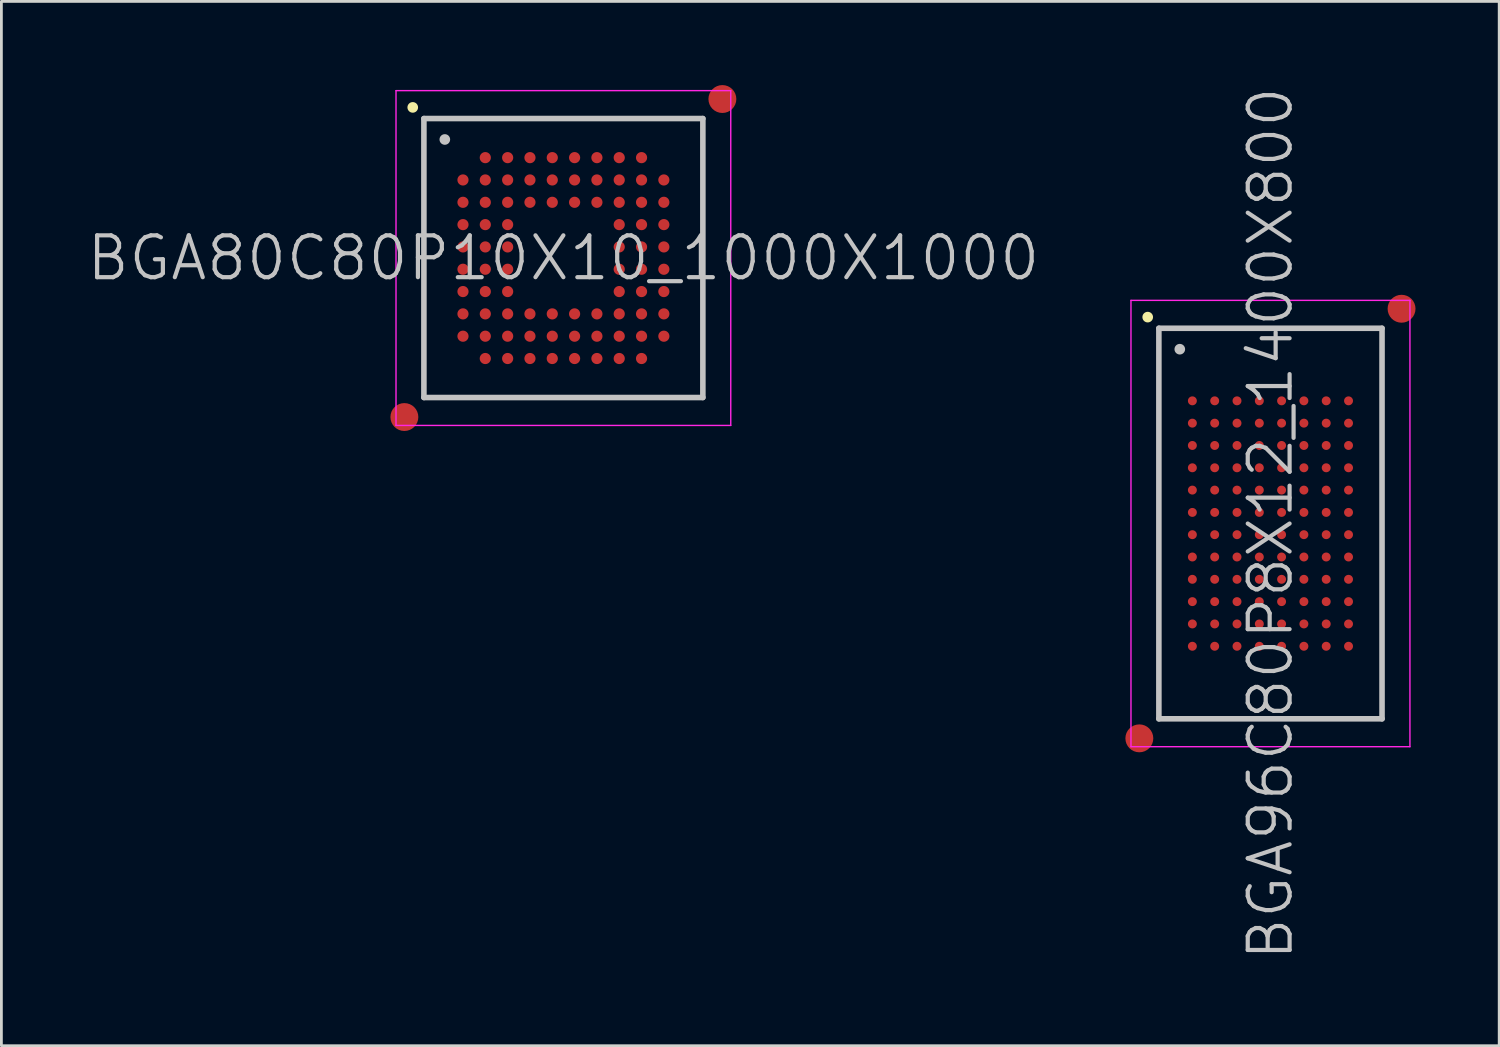
<source format=kicad_pcb>
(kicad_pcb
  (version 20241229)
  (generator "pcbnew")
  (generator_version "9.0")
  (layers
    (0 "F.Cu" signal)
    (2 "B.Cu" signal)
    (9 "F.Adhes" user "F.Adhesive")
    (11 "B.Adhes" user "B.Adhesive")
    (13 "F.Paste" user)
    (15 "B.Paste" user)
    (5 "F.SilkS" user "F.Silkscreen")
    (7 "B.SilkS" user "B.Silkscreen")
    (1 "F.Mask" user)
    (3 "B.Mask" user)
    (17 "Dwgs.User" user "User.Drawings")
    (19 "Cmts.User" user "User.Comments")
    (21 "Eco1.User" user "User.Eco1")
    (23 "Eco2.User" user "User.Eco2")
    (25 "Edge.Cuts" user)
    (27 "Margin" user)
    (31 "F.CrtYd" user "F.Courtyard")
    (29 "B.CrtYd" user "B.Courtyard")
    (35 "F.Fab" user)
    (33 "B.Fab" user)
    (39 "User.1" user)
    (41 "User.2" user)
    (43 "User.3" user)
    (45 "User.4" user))
  (footprint "BGA96C80P8X12_1400X800"
    (layer "F.Cu")
    (at 42.493 15.718)
    (property "Reference" "BGA96C80P8X12_1400X800" (at 0 0 90) (layer "Dwgs.User") (effects (font (size 1.5 1.5) (thickness 0.15))))
    (attr smd)
    (fp_line (start -4.4 -7.4) (end -4.4 -7.4) (stroke (width 0.381) (type solid)) (layer "F.SilkS"))
    (fp_line (start -4 -7) (end -4 7) (stroke (width 0.2) (type solid)) (layer "Dwgs.User"))
    (fp_line (start -4 -7) (end 4 -7) (stroke (width 0.2) (type solid)) (layer "Dwgs.User"))
    (fp_line (start -4 7) (end 4 7) (stroke (width 0.2) (type solid)) (layer "Dwgs.User"))
    (fp_line (start -3.25 -6.25) (end -3.25 -6.25) (stroke (width 0.381) (type solid)) (layer "Dwgs.User"))
    (fp_line (start 4 -7) (end 4 7) (stroke (width 0.2) (type solid)) (layer "Dwgs.User"))
    (fp_line (start -5 -8) (end -5 8) (stroke (width 0.05) (type solid)) (layer "F.CrtYd"))
    (fp_line (start -5 -8) (end 5 -8) (stroke (width 0.05) (type solid)) (layer "F.CrtYd"))
    (fp_line (start -5 8) (end 5 8) (stroke (width 0.05) (type solid)) (layer "F.CrtYd"))
    (fp_line (start 5 -8) (end 5 8) (stroke (width 0.05) (type solid)) (layer "F.CrtYd"))
    (pad "" smd circle (at -4.7 7.7) (size 1 1) (layers "F.Cu" "F.Mask"))
    (pad "" smd circle (at 4.7 -7.7) (size 1 1) (layers "F.Cu" "F.Mask"))
    (pad "A1" smd circle (at -2.799 -4.399 270) (size 0.32 0.32) (layers "F.Cu" "F.Mask" "F.Paste"))
    (pad "A2" smd circle (at -1.999 -4.399 270) (size 0.32 0.32) (layers "F.Cu" "F.Mask" "F.Paste"))
    (pad "A3" smd circle (at -1.199 -4.399 270) (size 0.32 0.32) (layers "F.Cu" "F.Mask" "F.Paste"))
    (pad "A4" smd circle (at -0.399 -4.399 270) (size 0.32 0.32) (layers "F.Cu" "F.Mask" "F.Paste"))
    (pad "A5" smd circle (at 0.399 -4.399 270) (size 0.32 0.32) (layers "F.Cu" "F.Mask" "F.Paste"))
    (pad "A6" smd circle (at 1.199 -4.399 270) (size 0.32 0.32) (layers "F.Cu" "F.Mask" "F.Paste"))
    (pad "A7" smd circle (at 1.999 -4.399 270) (size 0.32 0.32) (layers "F.Cu" "F.Mask" "F.Paste"))
    (pad "A8" smd circle (at 2.799 -4.399 270) (size 0.32 0.32) (layers "F.Cu" "F.Mask" "F.Paste"))
    (pad "B1" smd circle (at -2.799 -3.599 270) (size 0.32 0.32) (layers "F.Cu" "F.Mask" "F.Paste"))
    (pad "B2" smd circle (at -1.999 -3.599 270) (size 0.32 0.32) (layers "F.Cu" "F.Mask" "F.Paste"))
    (pad "B3" smd circle (at -1.199 -3.599 270) (size 0.32 0.32) (layers "F.Cu" "F.Mask" "F.Paste"))
    (pad "B4" smd circle (at -0.399 -3.599 270) (size 0.32 0.32) (layers "F.Cu" "F.Mask" "F.Paste"))
    (pad "B5" smd circle (at 0.399 -3.599 270) (size 0.32 0.32) (layers "F.Cu" "F.Mask" "F.Paste"))
    (pad "B6" smd circle (at 1.199 -3.599 270) (size 0.32 0.32) (layers "F.Cu" "F.Mask" "F.Paste"))
    (pad "B7" smd circle (at 1.999 -3.599 270) (size 0.32 0.32) (layers "F.Cu" "F.Mask" "F.Paste"))
    (pad "B8" smd circle (at 2.799 -3.599 270) (size 0.32 0.32) (layers "F.Cu" "F.Mask" "F.Paste"))
    (pad "C1" smd circle (at -2.799 -2.799 270) (size 0.32 0.32) (layers "F.Cu" "F.Mask" "F.Paste"))
    (pad "C2" smd circle (at -1.999 -2.799 270) (size 0.32 0.32) (layers "F.Cu" "F.Mask" "F.Paste"))
    (pad "C3" smd circle (at -1.199 -2.799 270) (size 0.32 0.32) (layers "F.Cu" "F.Mask" "F.Paste"))
    (pad "C4" smd circle (at -0.399 -2.799 270) (size 0.32 0.32) (layers "F.Cu" "F.Mask" "F.Paste"))
    (pad "C5" smd circle (at 0.399 -2.799 270) (size 0.32 0.32) (layers "F.Cu" "F.Mask" "F.Paste"))
    (pad "C6" smd circle (at 1.199 -2.799 270) (size 0.32 0.32) (layers "F.Cu" "F.Mask" "F.Paste"))
    (pad "C7" smd circle (at 1.999 -2.799 270) (size 0.32 0.32) (layers "F.Cu" "F.Mask" "F.Paste"))
    (pad "C8" smd circle (at 2.799 -2.799 270) (size 0.32 0.32) (layers "F.Cu" "F.Mask" "F.Paste"))
    (pad "D1" smd circle (at -2.799 -1.999 270) (size 0.32 0.32) (layers "F.Cu" "F.Mask" "F.Paste"))
    (pad "D2" smd circle (at -1.999 -1.999 270) (size 0.32 0.32) (layers "F.Cu" "F.Mask" "F.Paste"))
    (pad "D3" smd circle (at -1.199 -1.999 270) (size 0.32 0.32) (layers "F.Cu" "F.Mask" "F.Paste"))
    (pad "D4" smd circle (at -0.399 -1.999 270) (size 0.32 0.32) (layers "F.Cu" "F.Mask" "F.Paste"))
    (pad "D5" smd circle (at 0.399 -1.999 270) (size 0.32 0.32) (layers "F.Cu" "F.Mask" "F.Paste"))
    (pad "D6" smd circle (at 1.199 -1.999 270) (size 0.32 0.32) (layers "F.Cu" "F.Mask" "F.Paste"))
    (pad "D7" smd circle (at 1.999 -1.999 270) (size 0.32 0.32) (layers "F.Cu" "F.Mask" "F.Paste"))
    (pad "D8" smd circle (at 2.799 -1.999 270) (size 0.32 0.32) (layers "F.Cu" "F.Mask" "F.Paste"))
    (pad "E1" smd circle (at -2.799 -1.199 270) (size 0.32 0.32) (layers "F.Cu" "F.Mask" "F.Paste"))
    (pad "E2" smd circle (at -1.999 -1.199 270) (size 0.32 0.32) (layers "F.Cu" "F.Mask" "F.Paste"))
    (pad "E3" smd circle (at -1.199 -1.199 270) (size 0.32 0.32) (layers "F.Cu" "F.Mask" "F.Paste"))
    (pad "E4" smd circle (at -0.399 -1.199 270) (size 0.32 0.32) (layers "F.Cu" "F.Mask" "F.Paste"))
    (pad "E5" smd circle (at 0.399 -1.199 270) (size 0.32 0.32) (layers "F.Cu" "F.Mask" "F.Paste"))
    (pad "E6" smd circle (at 1.199 -1.199 270) (size 0.32 0.32) (layers "F.Cu" "F.Mask" "F.Paste"))
    (pad "E7" smd circle (at 1.999 -1.199 270) (size 0.32 0.32) (layers "F.Cu" "F.Mask" "F.Paste"))
    (pad "E8" smd circle (at 2.799 -1.199 270) (size 0.32 0.32) (layers "F.Cu" "F.Mask" "F.Paste"))
    (pad "F1" smd circle (at -2.799 -0.399 270) (size 0.32 0.32) (layers "F.Cu" "F.Mask" "F.Paste"))
    (pad "F2" smd circle (at -1.999 -0.399 270) (size 0.32 0.32) (layers "F.Cu" "F.Mask" "F.Paste"))
    (pad "F3" smd circle (at -1.199 -0.399 270) (size 0.32 0.32) (layers "F.Cu" "F.Mask" "F.Paste"))
    (pad "F4" smd circle (at -0.399 -0.399 270) (size 0.32 0.32) (layers "F.Cu" "F.Mask" "F.Paste"))
    (pad "F5" smd circle (at 0.399 -0.399 270) (size 0.32 0.32) (layers "F.Cu" "F.Mask" "F.Paste"))
    (pad "F6" smd circle (at 1.199 -0.399 270) (size 0.32 0.32) (layers "F.Cu" "F.Mask" "F.Paste"))
    (pad "F7" smd circle (at 1.999 -0.399 270) (size 0.32 0.32) (layers "F.Cu" "F.Mask" "F.Paste"))
    (pad "F8" smd circle (at 2.799 -0.399 270) (size 0.32 0.32) (layers "F.Cu" "F.Mask" "F.Paste"))
    (pad "G1" smd circle (at -2.799 0.399 270) (size 0.32 0.32) (layers "F.Cu" "F.Mask" "F.Paste"))
    (pad "G2" smd circle (at -1.999 0.399 270) (size 0.32 0.32) (layers "F.Cu" "F.Mask" "F.Paste"))
    (pad "G3" smd circle (at -1.199 0.399 270) (size 0.32 0.32) (layers "F.Cu" "F.Mask" "F.Paste"))
    (pad "G4" smd circle (at -0.399 0.399 270) (size 0.32 0.32) (layers "F.Cu" "F.Mask" "F.Paste"))
    (pad "G5" smd circle (at 0.399 0.399 270) (size 0.32 0.32) (layers "F.Cu" "F.Mask" "F.Paste"))
    (pad "G6" smd circle (at 1.199 0.399 270) (size 0.32 0.32) (layers "F.Cu" "F.Mask" "F.Paste"))
    (pad "G7" smd circle (at 1.999 0.399 270) (size 0.32 0.32) (layers "F.Cu" "F.Mask" "F.Paste"))
    (pad "G8" smd circle (at 2.799 0.399 270) (size 0.32 0.32) (layers "F.Cu" "F.Mask" "F.Paste"))
    (pad "H1" smd circle (at -2.799 1.199 270) (size 0.32 0.32) (layers "F.Cu" "F.Mask" "F.Paste"))
    (pad "H2" smd circle (at -1.999 1.199 270) (size 0.32 0.32) (layers "F.Cu" "F.Mask" "F.Paste"))
    (pad "H3" smd circle (at -1.199 1.199 270) (size 0.32 0.32) (layers "F.Cu" "F.Mask" "F.Paste"))
    (pad "H4" smd circle (at -0.399 1.199 270) (size 0.32 0.32) (layers "F.Cu" "F.Mask" "F.Paste"))
    (pad "H5" smd circle (at 0.399 1.199 270) (size 0.32 0.32) (layers "F.Cu" "F.Mask" "F.Paste"))
    (pad "H6" smd circle (at 1.199 1.199 270) (size 0.32 0.32) (layers "F.Cu" "F.Mask" "F.Paste"))
    (pad "H7" smd circle (at 1.999 1.199 270) (size 0.32 0.32) (layers "F.Cu" "F.Mask" "F.Paste"))
    (pad "H8" smd circle (at 2.799 1.199 270) (size 0.32 0.32) (layers "F.Cu" "F.Mask" "F.Paste"))
    (pad "J1" smd circle (at -2.799 1.999 270) (size 0.32 0.32) (layers "F.Cu" "F.Mask" "F.Paste"))
    (pad "J2" smd circle (at -1.999 1.999 270) (size 0.32 0.32) (layers "F.Cu" "F.Mask" "F.Paste"))
    (pad "J3" smd circle (at -1.199 1.999 270) (size 0.32 0.32) (layers "F.Cu" "F.Mask" "F.Paste"))
    (pad "J4" smd circle (at -0.399 1.999 270) (size 0.32 0.32) (layers "F.Cu" "F.Mask" "F.Paste"))
    (pad "J5" smd circle (at 0.399 1.999 270) (size 0.32 0.32) (layers "F.Cu" "F.Mask" "F.Paste"))
    (pad "J6" smd circle (at 1.199 1.999 270) (size 0.32 0.32) (layers "F.Cu" "F.Mask" "F.Paste"))
    (pad "J7" smd circle (at 1.999 1.999 270) (size 0.32 0.32) (layers "F.Cu" "F.Mask" "F.Paste"))
    (pad "J8" smd circle (at 2.799 1.999 270) (size 0.32 0.32) (layers "F.Cu" "F.Mask" "F.Paste"))
    (pad "K1" smd circle (at -2.799 2.799 270) (size 0.32 0.32) (layers "F.Cu" "F.Mask" "F.Paste"))
    (pad "K2" smd circle (at -1.999 2.799 270) (size 0.32 0.32) (layers "F.Cu" "F.Mask" "F.Paste"))
    (pad "K3" smd circle (at -1.199 2.799 270) (size 0.32 0.32) (layers "F.Cu" "F.Mask" "F.Paste"))
    (pad "K4" smd circle (at -0.399 2.799 270) (size 0.32 0.32) (layers "F.Cu" "F.Mask" "F.Paste"))
    (pad "K5" smd circle (at 0.399 2.799 270) (size 0.32 0.32) (layers "F.Cu" "F.Mask" "F.Paste"))
    (pad "K6" smd circle (at 1.199 2.799 270) (size 0.32 0.32) (layers "F.Cu" "F.Mask" "F.Paste"))
    (pad "K7" smd circle (at 1.999 2.799 270) (size 0.32 0.32) (layers "F.Cu" "F.Mask" "F.Paste"))
    (pad "K8" smd circle (at 2.799 2.799 270) (size 0.32 0.32) (layers "F.Cu" "F.Mask" "F.Paste"))
    (pad "L1" smd circle (at -2.799 3.599 270) (size 0.32 0.32) (layers "F.Cu" "F.Mask" "F.Paste"))
    (pad "L2" smd circle (at -1.999 3.599 270) (size 0.32 0.32) (layers "F.Cu" "F.Mask" "F.Paste"))
    (pad "L3" smd circle (at -1.199 3.599 270) (size 0.32 0.32) (layers "F.Cu" "F.Mask" "F.Paste"))
    (pad "L4" smd circle (at -0.399 3.599 270) (size 0.32 0.32) (layers "F.Cu" "F.Mask" "F.Paste"))
    (pad "L5" smd circle (at 0.399 3.599 270) (size 0.32 0.32) (layers "F.Cu" "F.Mask" "F.Paste"))
    (pad "L6" smd circle (at 1.199 3.599 270) (size 0.32 0.32) (layers "F.Cu" "F.Mask" "F.Paste"))
    (pad "L7" smd circle (at 1.999 3.599 270) (size 0.32 0.32) (layers "F.Cu" "F.Mask" "F.Paste"))
    (pad "L8" smd circle (at 2.799 3.599 270) (size 0.32 0.32) (layers "F.Cu" "F.Mask" "F.Paste"))
    (pad "M1" smd circle (at -2.799 4.399 270) (size 0.32 0.32) (layers "F.Cu" "F.Mask" "F.Paste"))
    (pad "M2" smd circle (at -1.999 4.399 270) (size 0.32 0.32) (layers "F.Cu" "F.Mask" "F.Paste"))
    (pad "M3" smd circle (at -1.199 4.399 270) (size 0.32 0.32) (layers "F.Cu" "F.Mask" "F.Paste"))
    (pad "M4" smd circle (at -0.399 4.399 270) (size 0.32 0.32) (layers "F.Cu" "F.Mask" "F.Paste"))
    (pad "M5" smd circle (at 0.399 4.399 270) (size 0.32 0.32) (layers "F.Cu" "F.Mask" "F.Paste"))
    (pad "M6" smd circle (at 1.199 4.399 270) (size 0.32 0.32) (layers "F.Cu" "F.Mask" "F.Paste"))
    (pad "M7" smd circle (at 1.999 4.399 270) (size 0.32 0.32) (layers "F.Cu" "F.Mask" "F.Paste"))
    (pad "M8" smd circle (at 2.799 4.399 270) (size 0.32 0.32) (layers "F.Cu" "F.Mask" "F.Paste")))
  (footprint "BGA80C80P10X10_1000X1000"
    (layer "F.Cu")
    (at 17.146 6.2)
    (property "Reference" "BGA80C80P10X10_1000X1000" (at 0 0 0) (layer "Dwgs.User") (effects (font (size 1.5 1.5) (thickness 0.15))))
    (attr smd)
    (fp_line (start -5.4 -5.4) (end -5.4 -5.4) (stroke (width 0.381) (type solid)) (layer "F.SilkS"))
    (fp_line (start -5 -5) (end -5 5) (stroke (width 0.2) (type solid)) (layer "Dwgs.User"))
    (fp_line (start -5 -5) (end 5 -5) (stroke (width 0.2) (type solid)) (layer "Dwgs.User"))
    (fp_line (start -5 5) (end 5 5) (stroke (width 0.2) (type solid)) (layer "Dwgs.User"))
    (fp_line (start -4.25 -4.25) (end -4.25 -4.25) (stroke (width 0.381) (type solid)) (layer "Dwgs.User"))
    (fp_line (start 5 -5) (end 5 5) (stroke (width 0.2) (type solid)) (layer "Dwgs.User"))
    (fp_line (start -6 -6) (end -6 6) (stroke (width 0.05) (type solid)) (layer "F.CrtYd"))
    (fp_line (start -6 -6) (end 6 -6) (stroke (width 0.05) (type solid)) (layer "F.CrtYd"))
    (fp_line (start -6 6) (end 6 6) (stroke (width 0.05) (type solid)) (layer "F.CrtYd"))
    (fp_line (start 6 -6) (end 6 6) (stroke (width 0.05) (type solid)) (layer "F.CrtYd"))
    (pad "" smd circle (at -5.7 5.7) (size 1 1) (layers "F.Cu" "F.Mask"))
    (pad "" smd circle (at 5.7 -5.7) (size 1 1) (layers "F.Cu" "F.Mask"))
    (pad "A2" smd circle (at -2.799 -3.599) (size 0.4 0.4) (layers "F.Cu" "F.Mask" "F.Paste"))
    (pad "A3" smd circle (at -1.998 -3.599) (size 0.4 0.4) (layers "F.Cu" "F.Mask" "F.Paste"))
    (pad "A4" smd circle (at -1.198 -3.599) (size 0.4 0.4) (layers "F.Cu" "F.Mask" "F.Paste"))
    (pad "A5" smd circle (at -0.398 -3.599) (size 0.4 0.4) (layers "F.Cu" "F.Mask" "F.Paste"))
    (pad "A6" smd circle (at 0.402 -3.599) (size 0.4 0.4) (layers "F.Cu" "F.Mask" "F.Paste"))
    (pad "A7" smd circle (at 1.202 -3.599) (size 0.4 0.4) (layers "F.Cu" "F.Mask" "F.Paste"))
    (pad "A8" smd circle (at 2.002 -3.599) (size 0.4 0.4) (layers "F.Cu" "F.Mask" "F.Paste"))
    (pad "A9" smd circle (at 2.802 -3.599) (size 0.4 0.4) (layers "F.Cu" "F.Mask" "F.Paste"))
    (pad "B1" smd circle (at -3.599 -2.799) (size 0.4 0.4) (layers "F.Cu" "F.Mask" "F.Paste"))
    (pad "B2" smd circle (at -2.799 -2.799) (size 0.4 0.4) (layers "F.Cu" "F.Mask" "F.Paste"))
    (pad "B3" smd circle (at -1.998 -2.799) (size 0.4 0.4) (layers "F.Cu" "F.Mask" "F.Paste"))
    (pad "B4" smd circle (at -1.198 -2.799) (size 0.4 0.4) (layers "F.Cu" "F.Mask" "F.Paste"))
    (pad "B5" smd circle (at -0.398 -2.799) (size 0.4 0.4) (layers "F.Cu" "F.Mask" "F.Paste"))
    (pad "B6" smd circle (at 0.402 -2.799) (size 0.4 0.4) (layers "F.Cu" "F.Mask" "F.Paste"))
    (pad "B7" smd circle (at 1.202 -2.799) (size 0.4 0.4) (layers "F.Cu" "F.Mask" "F.Paste"))
    (pad "B8" smd circle (at 2.002 -2.799) (size 0.4 0.4) (layers "F.Cu" "F.Mask" "F.Paste"))
    (pad "B9" smd circle (at 2.802 -2.799) (size 0.4 0.4) (layers "F.Cu" "F.Mask" "F.Paste"))
    (pad "B10" smd circle (at 3.602 -2.799) (size 0.4 0.4) (layers "F.Cu" "F.Mask" "F.Paste"))
    (pad "C1" smd circle (at -3.599 -1.998) (size 0.4 0.4) (layers "F.Cu" "F.Mask" "F.Paste"))
    (pad "C2" smd circle (at -2.799 -1.998) (size 0.4 0.4) (layers "F.Cu" "F.Mask" "F.Paste"))
    (pad "C3" smd circle (at -1.998 -1.998) (size 0.4 0.4) (layers "F.Cu" "F.Mask" "F.Paste"))
    (pad "C4" smd circle (at -1.198 -1.998) (size 0.4 0.4) (layers "F.Cu" "F.Mask" "F.Paste"))
    (pad "C5" smd circle (at -0.398 -1.998) (size 0.4 0.4) (layers "F.Cu" "F.Mask" "F.Paste"))
    (pad "C6" smd circle (at 0.402 -1.998) (size 0.4 0.4) (layers "F.Cu" "F.Mask" "F.Paste"))
    (pad "C7" smd circle (at 1.202 -1.998) (size 0.4 0.4) (layers "F.Cu" "F.Mask" "F.Paste"))
    (pad "C8" smd circle (at 2.002 -1.998) (size 0.4 0.4) (layers "F.Cu" "F.Mask" "F.Paste"))
    (pad "C9" smd circle (at 2.802 -1.998) (size 0.4 0.4) (layers "F.Cu" "F.Mask" "F.Paste"))
    (pad "C10" smd circle (at 3.602 -1.998) (size 0.4 0.4) (layers "F.Cu" "F.Mask" "F.Paste"))
    (pad "D1" smd circle (at -3.599 -1.198) (size 0.4 0.4) (layers "F.Cu" "F.Mask" "F.Paste"))
    (pad "D2" smd circle (at -2.799 -1.198) (size 0.4 0.4) (layers "F.Cu" "F.Mask" "F.Paste"))
    (pad "D3" smd circle (at -1.998 -1.198) (size 0.4 0.4) (layers "F.Cu" "F.Mask" "F.Paste"))
    (pad "D8" smd circle (at 2.002 -1.198) (size 0.4 0.4) (layers "F.Cu" "F.Mask" "F.Paste"))
    (pad "D9" smd circle (at 2.802 -1.198) (size 0.4 0.4) (layers "F.Cu" "F.Mask" "F.Paste"))
    (pad "D10" smd circle (at 3.602 -1.198) (size 0.4 0.4) (layers "F.Cu" "F.Mask" "F.Paste"))
    (pad "E1" smd circle (at -3.599 -0.398) (size 0.4 0.4) (layers "F.Cu" "F.Mask" "F.Paste"))
    (pad "E2" smd circle (at -2.799 -0.398) (size 0.4 0.4) (layers "F.Cu" "F.Mask" "F.Paste"))
    (pad "E3" smd circle (at -1.998 -0.398) (size 0.4 0.4) (layers "F.Cu" "F.Mask" "F.Paste"))
    (pad "E8" smd circle (at 2.002 -0.398) (size 0.4 0.4) (layers "F.Cu" "F.Mask" "F.Paste"))
    (pad "E9" smd circle (at 2.802 -0.398) (size 0.4 0.4) (layers "F.Cu" "F.Mask" "F.Paste"))
    (pad "E10" smd circle (at 3.602 -0.398) (size 0.4 0.4) (layers "F.Cu" "F.Mask" "F.Paste"))
    (pad "F1" smd circle (at -3.599 0.402) (size 0.4 0.4) (layers "F.Cu" "F.Mask" "F.Paste"))
    (pad "F2" smd circle (at -2.799 0.402) (size 0.4 0.4) (layers "F.Cu" "F.Mask" "F.Paste"))
    (pad "F3" smd circle (at -1.998 0.402) (size 0.4 0.4) (layers "F.Cu" "F.Mask" "F.Paste"))
    (pad "F8" smd circle (at 2.002 0.402) (size 0.4 0.4) (layers "F.Cu" "F.Mask" "F.Paste"))
    (pad "F9" smd circle (at 2.802 0.402) (size 0.4 0.4) (layers "F.Cu" "F.Mask" "F.Paste"))
    (pad "F10" smd circle (at 3.602 0.402) (size 0.4 0.4) (layers "F.Cu" "F.Mask" "F.Paste"))
    (pad "G1" smd circle (at -3.599 1.202) (size 0.4 0.4) (layers "F.Cu" "F.Mask" "F.Paste"))
    (pad "G2" smd circle (at -2.799 1.202) (size 0.4 0.4) (layers "F.Cu" "F.Mask" "F.Paste"))
    (pad "G3" smd circle (at -1.998 1.202) (size 0.4 0.4) (layers "F.Cu" "F.Mask" "F.Paste"))
    (pad "G8" smd circle (at 2.002 1.202) (size 0.4 0.4) (layers "F.Cu" "F.Mask" "F.Paste"))
    (pad "G9" smd circle (at 2.802 1.202) (size 0.4 0.4) (layers "F.Cu" "F.Mask" "F.Paste"))
    (pad "G10" smd circle (at 3.602 1.202) (size 0.4 0.4) (layers "F.Cu" "F.Mask" "F.Paste"))
    (pad "H1" smd circle (at -3.599 2.002) (size 0.4 0.4) (layers "F.Cu" "F.Mask" "F.Paste"))
    (pad "H2" smd circle (at -2.799 2.002) (size 0.4 0.4) (layers "F.Cu" "F.Mask" "F.Paste"))
    (pad "H3" smd circle (at -1.998 2.002) (size 0.4 0.4) (layers "F.Cu" "F.Mask" "F.Paste"))
    (pad "H4" smd circle (at -1.198 2.002) (size 0.4 0.4) (layers "F.Cu" "F.Mask" "F.Paste"))
    (pad "H5" smd circle (at -0.398 2.002) (size 0.4 0.4) (layers "F.Cu" "F.Mask" "F.Paste"))
    (pad "H6" smd circle (at 0.402 2.002) (size 0.4 0.4) (layers "F.Cu" "F.Mask" "F.Paste"))
    (pad "H7" smd circle (at 1.202 2.002) (size 0.4 0.4) (layers "F.Cu" "F.Mask" "F.Paste"))
    (pad "H8" smd circle (at 2.002 2.002) (size 0.4 0.4) (layers "F.Cu" "F.Mask" "F.Paste"))
    (pad "H9" smd circle (at 2.802 2.002) (size 0.4 0.4) (layers "F.Cu" "F.Mask" "F.Paste"))
    (pad "H10" smd circle (at 3.602 2.002) (size 0.4 0.4) (layers "F.Cu" "F.Mask" "F.Paste"))
    (pad "J1" smd circle (at -3.599 2.802) (size 0.4 0.4) (layers "F.Cu" "F.Mask" "F.Paste"))
    (pad "J2" smd circle (at -2.799 2.802) (size 0.4 0.4) (layers "F.Cu" "F.Mask" "F.Paste"))
    (pad "J3" smd circle (at -1.998 2.802) (size 0.4 0.4) (layers "F.Cu" "F.Mask" "F.Paste"))
    (pad "J4" smd circle (at -1.198 2.802) (size 0.4 0.4) (layers "F.Cu" "F.Mask" "F.Paste"))
    (pad "J5" smd circle (at -0.398 2.802) (size 0.4 0.4) (layers "F.Cu" "F.Mask" "F.Paste"))
    (pad "J6" smd circle (at 0.402 2.802) (size 0.4 0.4) (layers "F.Cu" "F.Mask" "F.Paste"))
    (pad "J7" smd circle (at 1.202 2.802) (size 0.4 0.4) (layers "F.Cu" "F.Mask" "F.Paste"))
    (pad "J8" smd circle (at 2.002 2.802) (size 0.4 0.4) (layers "F.Cu" "F.Mask" "F.Paste"))
    (pad "J9" smd circle (at 2.802 2.802) (size 0.4 0.4) (layers "F.Cu" "F.Mask" "F.Paste"))
    (pad "J10" smd circle (at 3.602 2.802) (size 0.4 0.4) (layers "F.Cu" "F.Mask" "F.Paste"))
    (pad "K2" smd circle (at -2.799 3.602) (size 0.4 0.4) (layers "F.Cu" "F.Mask" "F.Paste"))
    (pad "K3" smd circle (at -1.998 3.602) (size 0.4 0.4) (layers "F.Cu" "F.Mask" "F.Paste"))
    (pad "K4" smd circle (at -1.198 3.602) (size 0.4 0.4) (layers "F.Cu" "F.Mask" "F.Paste"))
    (pad "K5" smd circle (at -0.398 3.602) (size 0.4 0.4) (layers "F.Cu" "F.Mask" "F.Paste"))
    (pad "K6" smd circle (at 0.402 3.602) (size 0.4 0.4) (layers "F.Cu" "F.Mask" "F.Paste"))
    (pad "K7" smd circle (at 1.202 3.602) (size 0.4 0.4) (layers "F.Cu" "F.Mask" "F.Paste"))
    (pad "K8" smd circle (at 2.002 3.602) (size 0.4 0.4) (layers "F.Cu" "F.Mask" "F.Paste"))
    (pad "K9" smd circle (at 2.802 3.602) (size 0.4 0.4) (layers "F.Cu" "F.Mask" "F.Paste")))
  (gr_rect
    (start -3 -3)
    (end 50.693 34.436)
    (stroke (width 0.1) (type default))
    (fill no)
    (layer "Edge.Cuts")))
</source>
